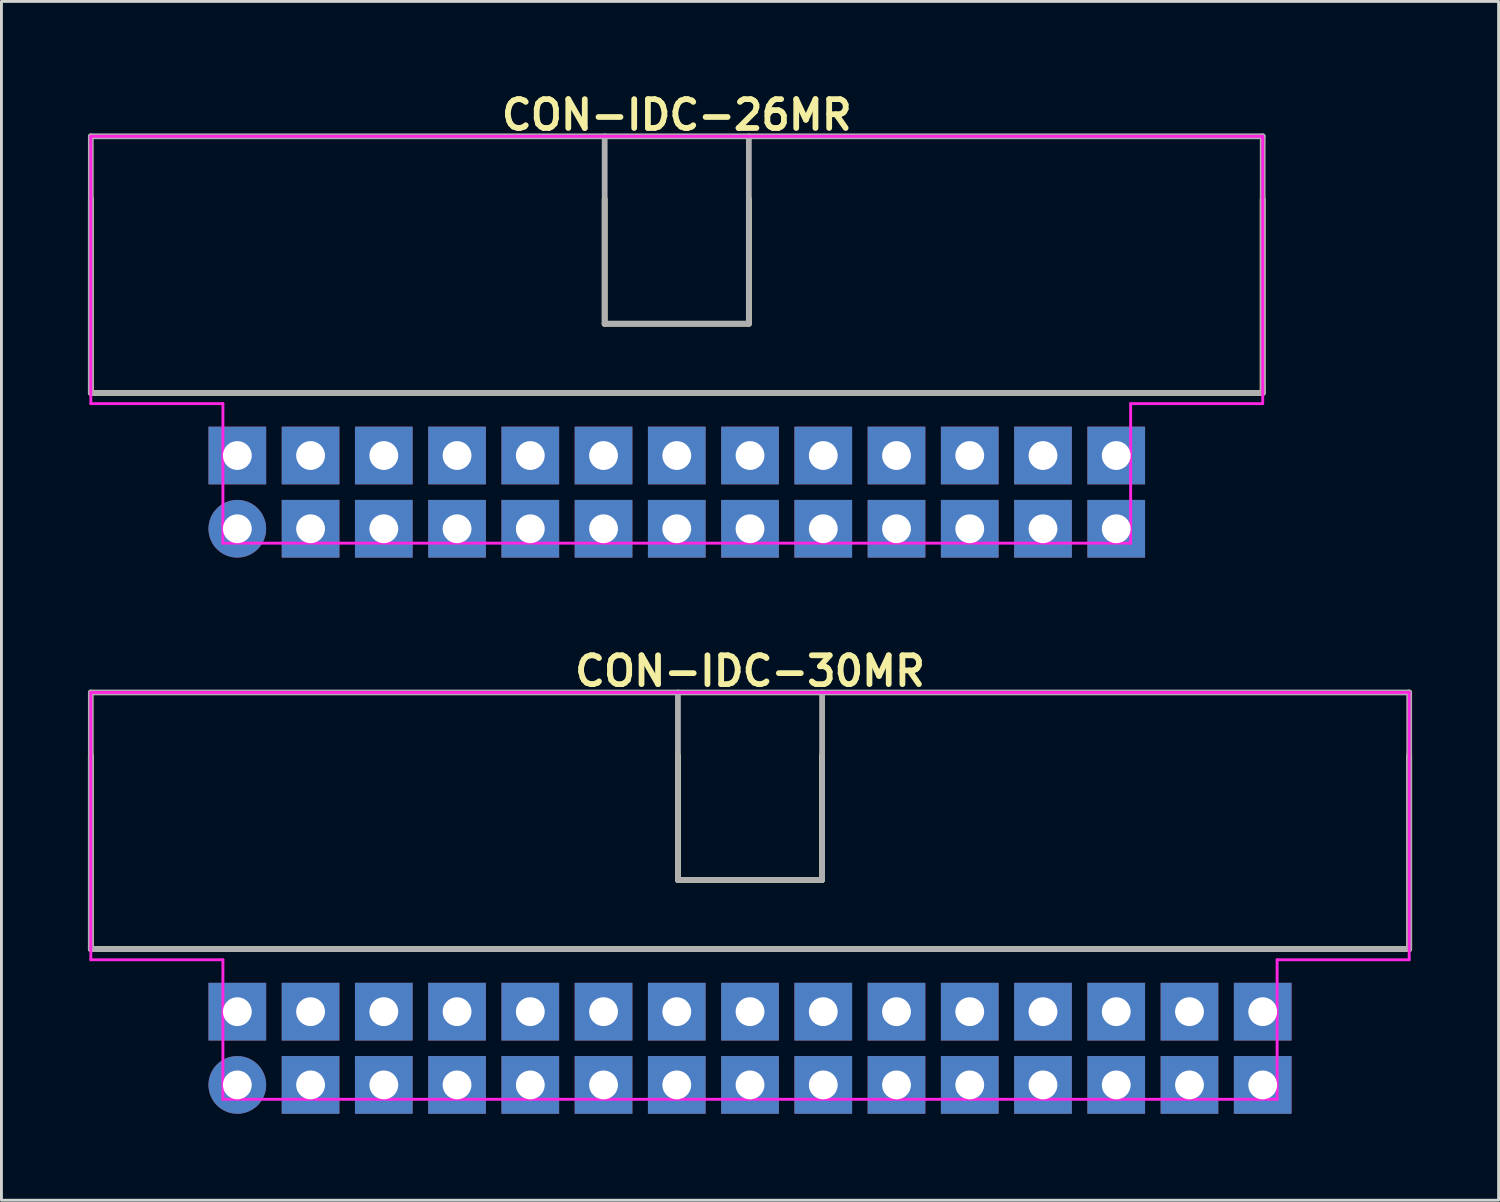
<source format=kicad_pcb>
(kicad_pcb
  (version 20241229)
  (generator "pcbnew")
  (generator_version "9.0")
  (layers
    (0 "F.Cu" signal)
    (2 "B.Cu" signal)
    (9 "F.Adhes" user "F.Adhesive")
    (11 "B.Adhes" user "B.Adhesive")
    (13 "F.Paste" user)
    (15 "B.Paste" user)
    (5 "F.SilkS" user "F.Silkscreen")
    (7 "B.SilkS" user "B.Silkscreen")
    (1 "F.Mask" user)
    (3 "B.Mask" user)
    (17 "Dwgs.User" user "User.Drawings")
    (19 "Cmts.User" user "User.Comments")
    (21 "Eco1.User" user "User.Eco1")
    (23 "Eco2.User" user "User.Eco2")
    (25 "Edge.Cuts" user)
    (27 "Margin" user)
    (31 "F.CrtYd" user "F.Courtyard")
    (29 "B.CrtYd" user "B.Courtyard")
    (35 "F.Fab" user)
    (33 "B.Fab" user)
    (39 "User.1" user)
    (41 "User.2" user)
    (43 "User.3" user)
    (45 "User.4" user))
  (footprint "CON-IDC-30MR"
    (layer "F.Cu")
    (at 22.96 33.304)
    (property "Reference" "CON-IDC-30MR" (at 0 -13.081 0) (layer "F.SilkS") (effects (font (size 1 1) (thickness 0.2))))
    (attr through_hole)
    (fp_line (start -22.86 -10.16) (end -22.86 -3.44) (stroke (width 0.2) (type solid)) (layer "F.SilkS"))
    (fp_line (start -22.86 -3.44) (end 22.86 -3.44) (stroke (width 0.2) (type solid)) (layer "F.SilkS"))
    (fp_line (start -2.5 -10.16) (end -2.5 -5.84) (stroke (width 0.2) (type solid)) (layer "F.SilkS"))
    (fp_line (start -2.5 -5.84) (end 2.5 -5.84) (stroke (width 0.2) (type solid)) (layer "F.SilkS"))
    (fp_line (start 2.5 -10.16) (end 2.5 -5.84) (stroke (width 0.2) (type solid)) (layer "F.SilkS"))
    (fp_line (start 22.86 -10.16) (end 22.86 -3.44) (stroke (width 0.2) (type solid)) (layer "F.SilkS"))
    (fp_line (start -22.86 -12.34) (end -22.86 -3.07) (stroke (width 0.1) (type solid)) (layer "F.CrtYd"))
    (fp_line (start -22.86 -12.34) (end 22.86 -12.34) (stroke (width 0.1) (type solid)) (layer "F.CrtYd"))
    (fp_line (start -22.86 -3.07) (end -18.28 -3.07) (stroke (width 0.1) (type solid)) (layer "F.CrtYd"))
    (fp_line (start -18.28 -3.07) (end -18.28 1.77) (stroke (width 0.1) (type solid)) (layer "F.CrtYd"))
    (fp_line (start -18.28 1.77) (end 18.28 1.77) (stroke (width 0.1) (type solid)) (layer "F.CrtYd"))
    (fp_line (start 18.28 -3.07) (end 18.28 1.77) (stroke (width 0.1) (type solid)) (layer "F.CrtYd"))
    (fp_line (start 18.28 -3.07) (end 22.86 -3.07) (stroke (width 0.1) (type solid)) (layer "F.CrtYd"))
    (fp_line (start 22.86 -12.34) (end 22.86 -3.07) (stroke (width 0.1) (type solid)) (layer "F.CrtYd"))
    (fp_line (start -22.86 -12.34) (end -22.86 -3.44) (stroke (width 0.2) (type solid)) (layer "F.Fab"))
    (fp_line (start -22.86 -12.34) (end 22.86 -12.34) (stroke (width 0.2) (type solid)) (layer "F.Fab"))
    (fp_line (start -22.86 -3.44) (end 22.86 -3.44) (stroke (width 0.2) (type solid)) (layer "F.Fab"))
    (fp_line (start -2.5 -12.34) (end -2.5 -5.84) (stroke (width 0.2) (type solid)) (layer "F.Fab"))
    (fp_line (start -2.5 -5.84) (end 2.5 -5.84) (stroke (width 0.2) (type solid)) (layer "F.Fab"))
    (fp_line (start 2.5 -12.34) (end 2.5 -5.84) (stroke (width 0.2) (type solid)) (layer "F.Fab"))
    (fp_line (start 22.86 -12.34) (end 22.86 -3.44) (stroke (width 0.2) (type solid)) (layer "F.Fab"))
    (pad "1" thru_hole circle (at -17.78 1.27) (size 2 2) (drill 1) (layers "B.Cu" "B.Mask"))
    (pad "2" thru_hole rect (at -17.78 -1.27) (size 2 2) (drill 1) (layers "B.Cu" "B.Mask"))
    (pad "3" thru_hole rect (at -15.24 1.27) (size 2 2) (drill 1) (layers "B.Cu" "B.Mask"))
    (pad "4" thru_hole rect (at -15.24 -1.27) (size 2 2) (drill 1) (layers "B.Cu" "B.Mask"))
    (pad "5" thru_hole rect (at -12.7 1.27) (size 2 2) (drill 1) (layers "B.Cu" "B.Mask"))
    (pad "6" thru_hole rect (at -12.7 -1.27) (size 2 2) (drill 1) (layers "B.Cu" "B.Mask"))
    (pad "7" thru_hole rect (at -10.16 1.27) (size 2 2) (drill 1) (layers "B.Cu" "B.Mask"))
    (pad "8" thru_hole rect (at -10.16 -1.27) (size 2 2) (drill 1) (layers "B.Cu" "B.Mask"))
    (pad "9" thru_hole rect (at -7.62 1.27) (size 2 2) (drill 1) (layers "B.Cu" "B.Mask"))
    (pad "10" thru_hole rect (at -7.62 -1.27) (size 2 2) (drill 1) (layers "B.Cu" "B.Mask"))
    (pad "11" thru_hole rect (at -5.08 1.27) (size 2 2) (drill 1) (layers "B.Cu" "B.Mask"))
    (pad "12" thru_hole rect (at -5.08 -1.27) (size 2 2) (drill 1) (layers "B.Cu" "B.Mask"))
    (pad "13" thru_hole rect (at -2.54 1.27) (size 2 2) (drill 1) (layers "B.Cu" "B.Mask"))
    (pad "14" thru_hole rect (at -2.54 -1.27) (size 2 2) (drill 1) (layers "B.Cu" "B.Mask"))
    (pad "15" thru_hole rect (at 0 1.27) (size 2 2) (drill 1) (layers "B.Cu" "B.Mask"))
    (pad "16" thru_hole rect (at 0 -1.27) (size 2 2) (drill 1) (layers "B.Cu" "B.Mask"))
    (pad "17" thru_hole rect (at 2.54 1.27) (size 2 2) (drill 1) (layers "B.Cu" "B.Mask"))
    (pad "18" thru_hole rect (at 2.54 -1.27) (size 2 2) (drill 1) (layers "B.Cu" "B.Mask"))
    (pad "19" thru_hole rect (at 5.08 1.27) (size 2 2) (drill 1) (layers "B.Cu" "B.Mask"))
    (pad "20" thru_hole rect (at 5.08 -1.27) (size 2 2) (drill 1) (layers "B.Cu" "B.Mask"))
    (pad "21" thru_hole rect (at 7.62 1.27) (size 2 2) (drill 1) (layers "B.Cu" "B.Mask"))
    (pad "22" thru_hole rect (at 7.62 -1.27) (size 2 2) (drill 1) (layers "B.Cu" "B.Mask"))
    (pad "23" thru_hole rect (at 10.16 1.27) (size 2 2) (drill 1) (layers "B.Cu" "B.Mask"))
    (pad "24" thru_hole rect (at 10.16 -1.27) (size 2 2) (drill 1) (layers "B.Cu" "B.Mask"))
    (pad "25" thru_hole rect (at 12.7 1.27) (size 2 2) (drill 1) (layers "B.Cu" "B.Mask"))
    (pad "26" thru_hole rect (at 12.7 -1.27) (size 2 2) (drill 1) (layers "B.Cu" "B.Mask"))
    (pad "27" thru_hole rect (at 15.24 1.27) (size 2 2) (drill 1) (layers "B.Cu" "B.Mask"))
    (pad "28" thru_hole rect (at 15.24 -1.27) (size 2 2) (drill 1) (layers "B.Cu" "B.Mask"))
    (pad "29" thru_hole rect (at 17.78 1.27) (size 2 2) (drill 1) (layers "B.Cu" "B.Mask"))
    (pad "30" thru_hole rect (at 17.78 -1.27) (size 2 2) (drill 1) (layers "B.Cu" "B.Mask")))
  (footprint "CON-IDC-26MR"
    (layer "F.Cu")
    (at 20.42 14.017)
    (property "Reference" "CON-IDC-26MR" (at 0 -13.081 0) (layer "F.SilkS") (effects (font (size 1 1) (thickness 0.2))))
    (attr through_hole)
    (fp_line (start -20.32 -10.16) (end -20.32 -3.44) (stroke (width 0.2) (type solid)) (layer "F.SilkS"))
    (fp_line (start -20.32 -3.44) (end 20.32 -3.44) (stroke (width 0.2) (type solid)) (layer "F.SilkS"))
    (fp_line (start -2.5 -10.16) (end -2.5 -5.84) (stroke (width 0.2) (type solid)) (layer "F.SilkS"))
    (fp_line (start -2.5 -5.84) (end 2.5 -5.84) (stroke (width 0.2) (type solid)) (layer "F.SilkS"))
    (fp_line (start 2.5 -10.16) (end 2.5 -5.84) (stroke (width 0.2) (type solid)) (layer "F.SilkS"))
    (fp_line (start 20.32 -10.16) (end 20.32 -3.44) (stroke (width 0.2) (type solid)) (layer "F.SilkS"))
    (fp_line (start -20.32 -12.34) (end -20.32 -3.07) (stroke (width 0.1) (type solid)) (layer "F.CrtYd"))
    (fp_line (start -20.32 -12.34) (end 20.32 -12.34) (stroke (width 0.1) (type solid)) (layer "F.CrtYd"))
    (fp_line (start -20.32 -3.07) (end -15.74 -3.07) (stroke (width 0.1) (type solid)) (layer "F.CrtYd"))
    (fp_line (start -15.74 -3.07) (end -15.74 1.77) (stroke (width 0.1) (type solid)) (layer "F.CrtYd"))
    (fp_line (start -15.74 1.77) (end 15.74 1.77) (stroke (width 0.1) (type solid)) (layer "F.CrtYd"))
    (fp_line (start 15.74 -3.07) (end 15.74 1.77) (stroke (width 0.1) (type solid)) (layer "F.CrtYd"))
    (fp_line (start 15.74 -3.07) (end 20.32 -3.07) (stroke (width 0.1) (type solid)) (layer "F.CrtYd"))
    (fp_line (start 20.32 -12.34) (end 20.32 -3.07) (stroke (width 0.1) (type solid)) (layer "F.CrtYd"))
    (fp_line (start -20.32 -12.34) (end -20.32 -3.44) (stroke (width 0.2) (type solid)) (layer "F.Fab"))
    (fp_line (start -20.32 -12.34) (end 20.32 -12.34) (stroke (width 0.2) (type solid)) (layer "F.Fab"))
    (fp_line (start -20.32 -3.44) (end 20.32 -3.44) (stroke (width 0.2) (type solid)) (layer "F.Fab"))
    (fp_line (start -2.5 -12.34) (end -2.5 -5.84) (stroke (width 0.2) (type solid)) (layer "F.Fab"))
    (fp_line (start -2.5 -5.84) (end 2.5 -5.84) (stroke (width 0.2) (type solid)) (layer "F.Fab"))
    (fp_line (start 2.5 -12.34) (end 2.5 -5.84) (stroke (width 0.2) (type solid)) (layer "F.Fab"))
    (fp_line (start 20.32 -12.34) (end 20.32 -3.44) (stroke (width 0.2) (type solid)) (layer "F.Fab"))
    (pad "1" thru_hole circle (at -15.24 1.27) (size 2 2) (drill 1) (layers "B.Cu" "B.Mask"))
    (pad "2" thru_hole rect (at -15.24 -1.27) (size 2 2) (drill 1) (layers "B.Cu" "B.Mask"))
    (pad "3" thru_hole rect (at -12.7 1.27) (size 2 2) (drill 1) (layers "B.Cu" "B.Mask"))
    (pad "4" thru_hole rect (at -12.7 -1.27) (size 2 2) (drill 1) (layers "B.Cu" "B.Mask"))
    (pad "5" thru_hole rect (at -10.16 1.27) (size 2 2) (drill 1) (layers "B.Cu" "B.Mask"))
    (pad "6" thru_hole rect (at -10.16 -1.27) (size 2 2) (drill 1) (layers "B.Cu" "B.Mask"))
    (pad "7" thru_hole rect (at -7.62 1.27) (size 2 2) (drill 1) (layers "B.Cu" "B.Mask"))
    (pad "8" thru_hole rect (at -7.62 -1.27) (size 2 2) (drill 1) (layers "B.Cu" "B.Mask"))
    (pad "9" thru_hole rect (at -5.08 1.27) (size 2 2) (drill 1) (layers "B.Cu" "B.Mask"))
    (pad "10" thru_hole rect (at -5.08 -1.27) (size 2 2) (drill 1) (layers "B.Cu" "B.Mask"))
    (pad "11" thru_hole rect (at -2.54 1.27) (size 2 2) (drill 1) (layers "B.Cu" "B.Mask"))
    (pad "12" thru_hole rect (at -2.54 -1.27) (size 2 2) (drill 1) (layers "B.Cu" "B.Mask"))
    (pad "13" thru_hole rect (at 0 1.27) (size 2 2) (drill 1) (layers "B.Cu" "B.Mask"))
    (pad "14" thru_hole rect (at 0 -1.27) (size 2 2) (drill 1) (layers "B.Cu" "B.Mask"))
    (pad "15" thru_hole rect (at 2.54 1.27) (size 2 2) (drill 1) (layers "B.Cu" "B.Mask"))
    (pad "16" thru_hole rect (at 2.54 -1.27) (size 2 2) (drill 1) (layers "B.Cu" "B.Mask"))
    (pad "17" thru_hole rect (at 5.08 1.27) (size 2 2) (drill 1) (layers "B.Cu" "B.Mask"))
    (pad "18" thru_hole rect (at 5.08 -1.27) (size 2 2) (drill 1) (layers "B.Cu" "B.Mask"))
    (pad "19" thru_hole rect (at 7.62 1.27) (size 2 2) (drill 1) (layers "B.Cu" "B.Mask"))
    (pad "20" thru_hole rect (at 7.62 -1.27) (size 2 2) (drill 1) (layers "B.Cu" "B.Mask"))
    (pad "21" thru_hole rect (at 10.16 1.27) (size 2 2) (drill 1) (layers "B.Cu" "B.Mask"))
    (pad "22" thru_hole rect (at 10.16 -1.27) (size 2 2) (drill 1) (layers "B.Cu" "B.Mask"))
    (pad "23" thru_hole rect (at 12.7 1.27) (size 2 2) (drill 1) (layers "B.Cu" "B.Mask"))
    (pad "24" thru_hole rect (at 12.7 -1.27) (size 2 2) (drill 1) (layers "B.Cu" "B.Mask"))
    (pad "25" thru_hole rect (at 15.24 1.27) (size 2 2) (drill 1) (layers "B.Cu" "B.Mask"))
    (pad "26" thru_hole rect (at 15.24 -1.27) (size 2 2) (drill 1) (layers "B.Cu" "B.Mask")))
  (gr_rect
    (start -3 -3)
    (end 48.92 38.574)
    (stroke (width 0.1) (type default))
    (fill no)
    (layer "Edge.Cuts")))
</source>
